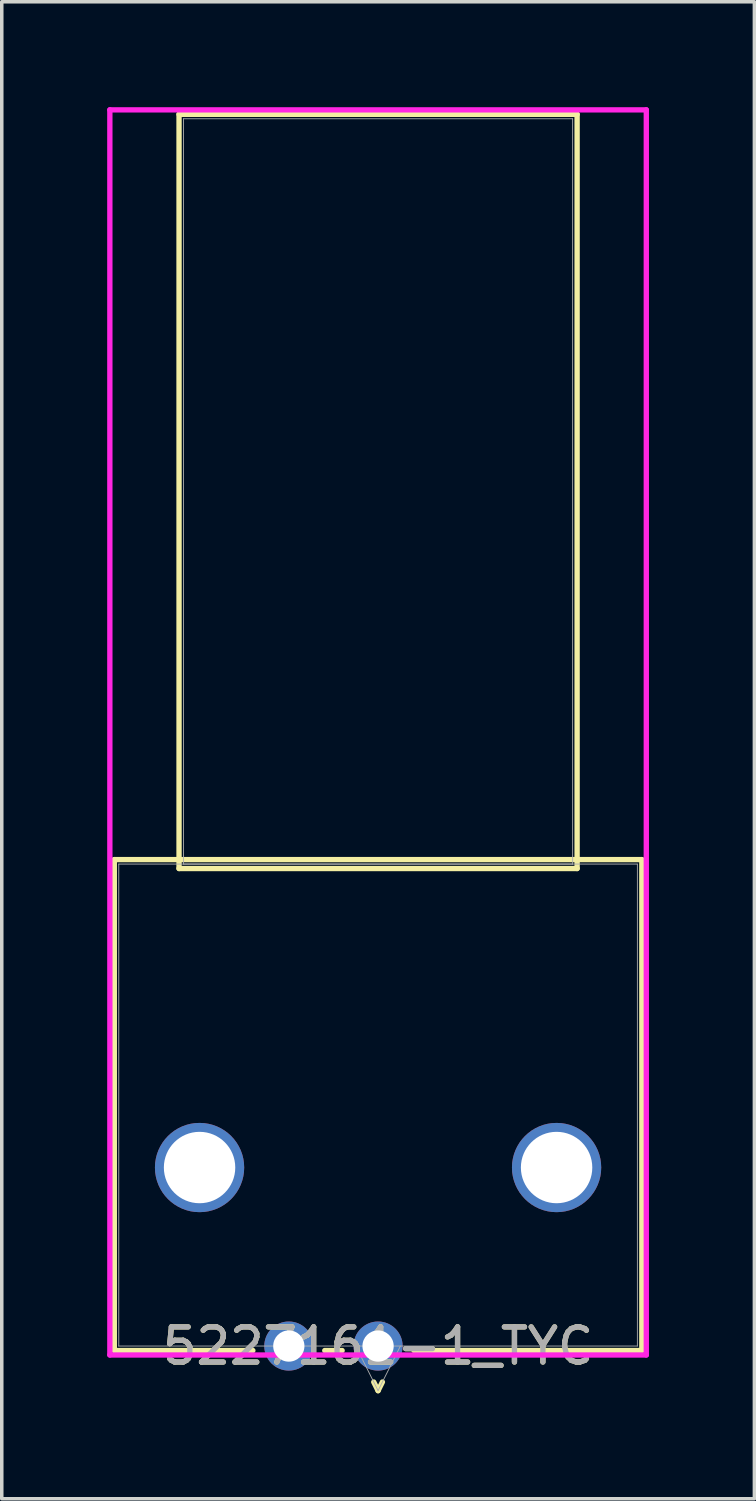
<source format=kicad_pcb>
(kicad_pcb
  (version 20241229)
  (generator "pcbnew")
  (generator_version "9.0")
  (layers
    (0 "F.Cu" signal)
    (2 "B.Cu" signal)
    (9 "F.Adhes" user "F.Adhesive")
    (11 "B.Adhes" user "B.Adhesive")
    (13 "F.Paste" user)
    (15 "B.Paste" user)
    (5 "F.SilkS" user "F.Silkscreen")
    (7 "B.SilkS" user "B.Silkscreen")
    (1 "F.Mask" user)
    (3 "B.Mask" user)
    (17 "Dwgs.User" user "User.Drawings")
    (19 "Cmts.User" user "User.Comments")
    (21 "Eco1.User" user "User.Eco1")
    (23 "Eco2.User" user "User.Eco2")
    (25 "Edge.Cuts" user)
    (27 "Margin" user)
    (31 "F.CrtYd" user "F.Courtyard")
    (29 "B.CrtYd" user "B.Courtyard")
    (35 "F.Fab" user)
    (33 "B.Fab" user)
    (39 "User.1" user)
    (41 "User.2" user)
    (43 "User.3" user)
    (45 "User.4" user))
  (footprint "5227161-1_TYC"
    (layer "F.Cu")
    (at 7.709 35.255)
    (property "Reference" "5227161-1_TYC" (at 0 0 0) (unlocked yes) (layer "F.SilkS") (effects (font (size 1 1) (thickness 0.15))))
    (attr through_hole)
    (fp_line (start -7.506 -13.843) (end -7.506 0.127) (stroke (width 0.152) (type solid)) (layer "F.SilkS"))
    (fp_line (start -7.506 0.127) (end -3.563 0.127) (stroke (width 0.152) (type solid)) (layer "F.SilkS"))
    (fp_line (start -5.664 -35.052) (end -5.664 -13.589) (stroke (width 0.152) (type solid)) (layer "F.SilkS"))
    (fp_line (start -5.664 -13.589) (end 5.664 -13.589) (stroke (width 0.152) (type solid)) (layer "F.SilkS"))
    (fp_line (start -1.517 0.127) (end -1.023 0.127) (stroke (width 0.152) (type solid)) (layer "F.SilkS"))
    (fp_line (start -0.123 1.024) (end 0 1.27) (stroke (width 0.152) (type solid)) (layer "F.SilkS"))
    (fp_line (start 0.123 1.024) (end 0 1.27) (stroke (width 0.152) (type solid)) (layer "F.SilkS"))
    (fp_line (start 1.023 0.127) (end 7.506 0.127) (stroke (width 0.152) (type solid)) (layer "F.SilkS"))
    (fp_line (start 5.664 -35.052) (end -5.664 -35.052) (stroke (width 0.152) (type solid)) (layer "F.SilkS"))
    (fp_line (start 5.664 -13.589) (end 5.664 -35.052) (stroke (width 0.152) (type solid)) (layer "F.SilkS"))
    (fp_line (start 7.506 -13.843) (end -7.506 -13.843) (stroke (width 0.152) (type solid)) (layer "F.SilkS"))
    (fp_line (start 7.506 0.127) (end 7.506 -13.843) (stroke (width 0.152) (type solid)) (layer "F.SilkS"))
    (fp_line (start -7.633 -35.179) (end -7.633 0.254) (stroke (width 0.152) (type solid)) (layer "F.CrtYd"))
    (fp_line (start -7.633 0.254) (end 7.633 0.254) (stroke (width 0.152) (type solid)) (layer "F.CrtYd"))
    (fp_line (start 7.633 -35.179) (end -7.633 -35.179) (stroke (width 0.152) (type solid)) (layer "F.CrtYd"))
    (fp_line (start 7.633 0.254) (end 7.633 -35.179) (stroke (width 0.152) (type solid)) (layer "F.CrtYd"))
    (fp_line (start -7.379 -13.716) (end -7.379 0) (stroke (width 0.025) (type solid)) (layer "F.Fab"))
    (fp_line (start -7.379 0) (end 7.379 0) (stroke (width 0.025) (type solid)) (layer "F.Fab"))
    (fp_line (start -5.537 -34.925) (end -5.537 -13.716) (stroke (width 0.025) (type solid)) (layer "F.Fab"))
    (fp_line (start -5.537 -13.716) (end 5.537 -13.716) (stroke (width 0.025) (type solid)) (layer "F.Fab"))
    (fp_line (start -0.635 0) (end 0 1.27) (stroke (width 0.025) (type solid)) (layer "F.Fab"))
    (fp_line (start 0.635 0) (end 0 1.27) (stroke (width 0.025) (type solid)) (layer "F.Fab"))
    (fp_line (start 5.537 -34.925) (end -5.537 -34.925) (stroke (width 0.025) (type solid)) (layer "F.Fab"))
    (fp_line (start 5.537 -13.716) (end 5.537 -34.925) (stroke (width 0.025) (type solid)) (layer "F.Fab"))
    (fp_line (start 7.379 -13.716) (end -7.379 -13.716) (stroke (width 0.025) (type solid)) (layer "F.Fab"))
    (fp_line (start 7.379 0) (end 7.379 -13.716) (stroke (width 0.025) (type solid)) (layer "F.Fab"))
    (fp_text user "${REFERENCE}" (at 0 0 0) (unlocked yes) (layer "F.Fab") (effects (font (size 1 1) (thickness 0.15))))
    (pad "1" thru_hole circle (at 0 0) (size 1.397 1.397) (drill 0.889) (layers "*.Cu" "*.Mask"))
    (pad "2" thru_hole circle (at -2.54 0) (size 1.397 1.397) (drill 0.889) (layers "*.Cu" "*.Mask"))
    (pad "3" thru_hole circle (at -5.08 -5.08) (size 2.54 2.54) (drill 2.032) (layers "*.Cu" "*.Mask"))
    (pad "4" thru_hole circle (at 5.08 -5.08) (size 2.54 2.54) (drill 2.032) (layers "*.Cu" "*.Mask")))
  (gr_rect
    (start -3 -3)
    (end 18.418 39.601)
    (stroke (width 0.1) (type default))
    (fill no)
    (layer "Edge.Cuts")))
</source>
